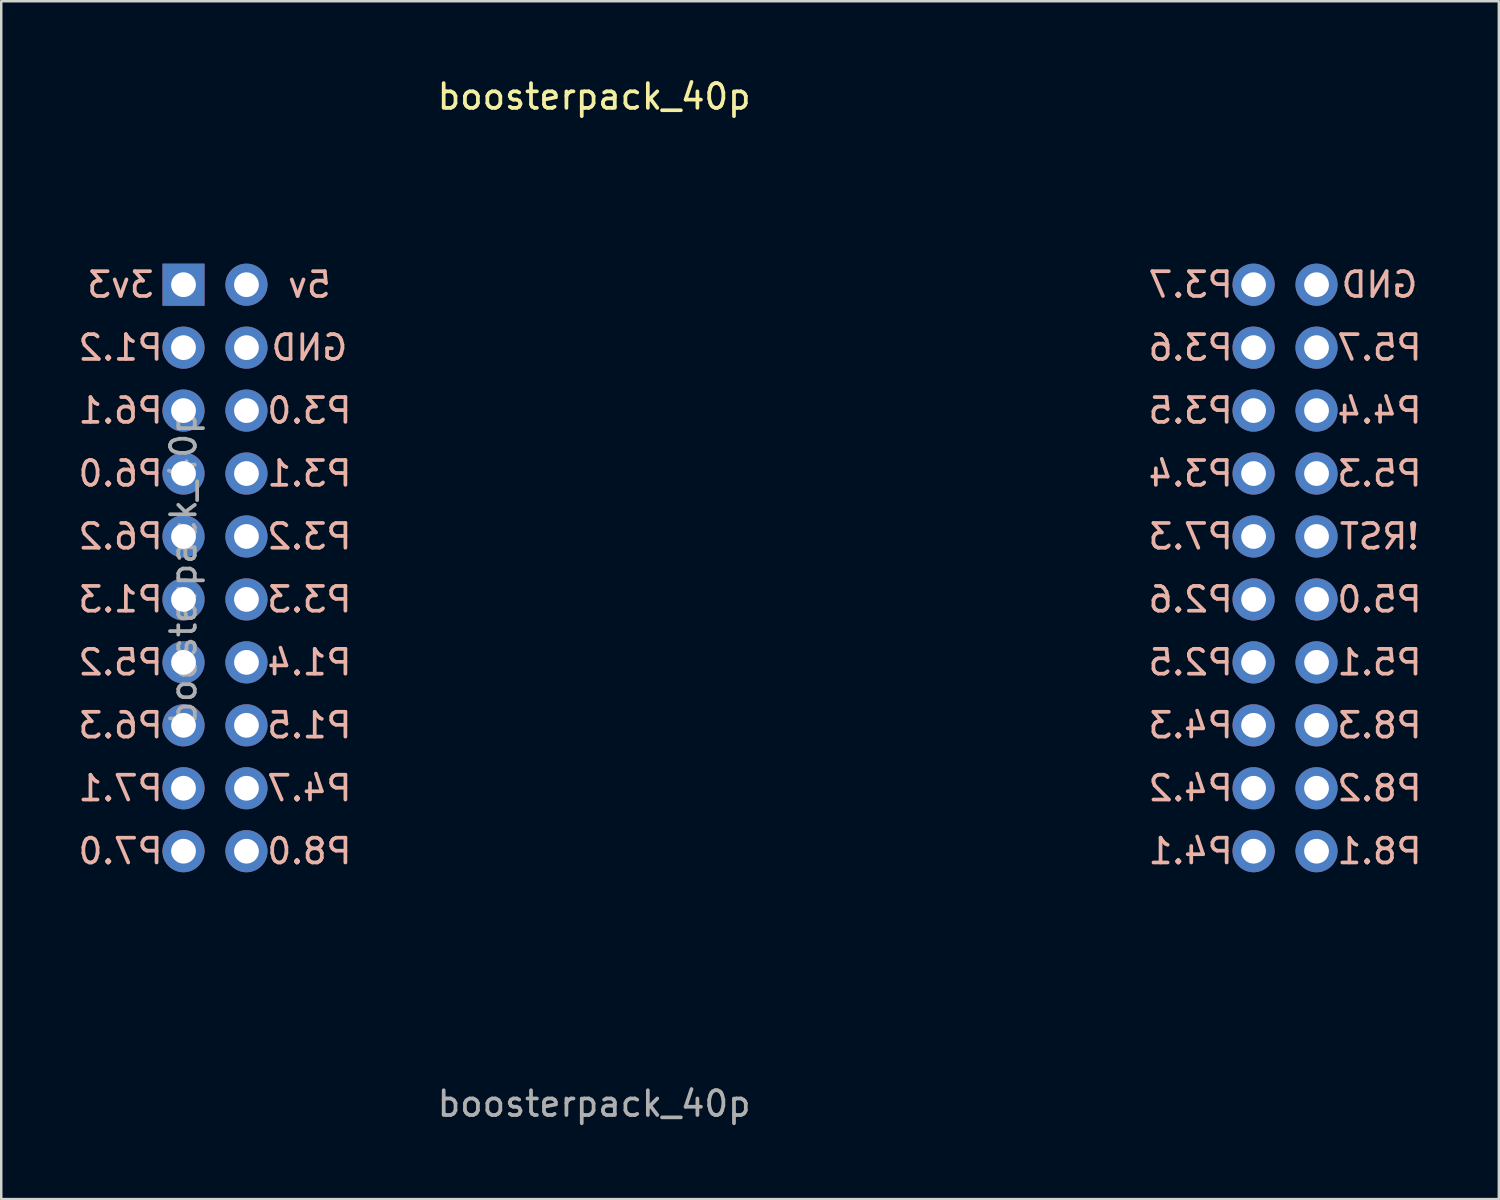
<source format=kicad_pcb>
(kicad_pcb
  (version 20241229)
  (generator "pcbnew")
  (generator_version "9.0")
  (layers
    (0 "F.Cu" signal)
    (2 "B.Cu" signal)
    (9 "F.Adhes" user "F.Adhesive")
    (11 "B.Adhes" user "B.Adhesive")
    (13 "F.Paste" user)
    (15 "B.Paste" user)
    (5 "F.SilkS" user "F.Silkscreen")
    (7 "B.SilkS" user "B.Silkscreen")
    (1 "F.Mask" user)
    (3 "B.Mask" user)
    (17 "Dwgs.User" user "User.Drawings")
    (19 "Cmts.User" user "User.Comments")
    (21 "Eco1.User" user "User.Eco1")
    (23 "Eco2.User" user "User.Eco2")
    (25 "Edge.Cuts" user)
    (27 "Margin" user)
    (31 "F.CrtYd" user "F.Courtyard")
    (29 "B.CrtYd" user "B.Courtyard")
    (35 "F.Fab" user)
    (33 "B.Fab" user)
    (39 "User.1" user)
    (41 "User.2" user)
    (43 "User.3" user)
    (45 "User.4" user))
  (footprint "boosterpack_40p"
    (layer "F.Cu")
    (at 27.215 21.138)
    (property "Reference" "boosterpack_40p" (at -6.29 -20.29 0) (unlocked yes) (layer "F.SilkS") (effects (font (size 1 1) (thickness 0.15))))
    (attr through_hole)
    (fp_text user "P4.7" (at -17.78 7.62 0) (unlocked yes) (layer "B.SilkS") (effects (font (size 1 1) (thickness 0.15)) (justify mirror)))
    (fp_text user "P3.6" (at 17.78 -10.16 0) (unlocked yes) (layer "B.SilkS") (effects (font (size 1 1) (thickness 0.15)) (justify mirror)))
    (fp_text user "P3.4" (at 17.78 -5.08 0) (unlocked yes) (layer "B.SilkS") (effects (font (size 1 1) (thickness 0.15)) (justify mirror)))
    (fp_text user "P4.4" (at 25.4 -7.62 0) (unlocked yes) (layer "B.SilkS") (effects (font (size 1 1) (thickness 0.15)) (justify mirror)))
    (fp_text user "P1.5" (at -17.78 5.08 0) (unlocked yes) (layer "B.SilkS") (effects (font (size 1 1) (thickness 0.15)) (justify mirror)))
    (fp_text user "P3.1" (at -17.78 -5.08 0) (unlocked yes) (layer "B.SilkS") (effects (font (size 1 1) (thickness 0.15)) (justify mirror)))
    (fp_text user "P6.2" (at -25.4 -2.54 0) (unlocked yes) (layer "B.SilkS") (effects (font (size 1 1) (thickness 0.15)) (justify mirror)))
    (fp_text user "P1.3" (at -25.4 0 0) (unlocked yes) (layer "B.SilkS") (effects (font (size 1 1) (thickness 0.15)) (justify mirror)))
    (fp_text user "P4.2" (at 17.78 7.62 0) (unlocked yes) (layer "B.SilkS") (effects (font (size 1 1) (thickness 0.15)) (justify mirror)))
    (fp_text user "P7.3" (at 17.78 -2.54 0) (unlocked yes) (layer "B.SilkS") (effects (font (size 1 1) (thickness 0.15)) (justify mirror)))
    (fp_text user "P4.1" (at 17.78 10.16 0) (unlocked yes) (layer "B.SilkS") (effects (font (size 1 1) (thickness 0.15)) (justify mirror)))
    (fp_text user "P8.2" (at 25.4 7.62 0) (unlocked yes) (layer "B.SilkS") (effects (font (size 1 1) (thickness 0.15)) (justify mirror)))
    (fp_text user "P3.3" (at -17.78 0 0) (unlocked yes) (layer "B.SilkS") (effects (font (size 1 1) (thickness 0.15)) (justify mirror)))
    (fp_text user "P4.3" (at 17.78 5.08 0) (unlocked yes) (layer "B.SilkS") (effects (font (size 1 1) (thickness 0.15)) (justify mirror)))
    (fp_text user "P5.3" (at 25.4 -5.08 0) (unlocked yes) (layer "B.SilkS") (effects (font (size 1 1) (thickness 0.15)) (justify mirror)))
    (fp_text user "P5.2" (at -25.4 2.54 0) (unlocked yes) (layer "B.SilkS") (effects (font (size 1 1) (thickness 0.15)) (justify mirror)))
    (fp_text user "P7.1" (at -25.4 7.62 0) (unlocked yes) (layer "B.SilkS") (effects (font (size 1 1) (thickness 0.15)) (justify mirror)))
    (fp_text user "P1.2" (at -25.4 -10.16 0) (unlocked yes) (layer "B.SilkS") (effects (font (size 1 1) (thickness 0.15)) (justify mirror)))
    (fp_text user "P6.3" (at -25.4 5.08 0) (unlocked yes) (layer "B.SilkS") (effects (font (size 1 1) (thickness 0.15)) (justify mirror)))
    (fp_text user "P3.5" (at 17.78 -7.62 0) (unlocked yes) (layer "B.SilkS") (effects (font (size 1 1) (thickness 0.15)) (justify mirror)))
    (fp_text user "P5.1" (at 25.4 2.54 0) (unlocked yes) (layer "B.SilkS") (effects (font (size 1 1) (thickness 0.15)) (justify mirror)))
    (fp_text user "P3.0" (at -17.78 -7.62 0) (unlocked yes) (layer "B.SilkS") (effects (font (size 1 1) (thickness 0.15)) (justify mirror)))
    (fp_text user "P3.7" (at 17.78 -12.7 0) (unlocked yes) (layer "B.SilkS") (effects (font (size 1 1) (thickness 0.15)) (justify mirror)))
    (fp_text user "P8.0" (at -17.78 10.16 0) (unlocked yes) (layer "B.SilkS") (effects (font (size 1 1) (thickness 0.15)) (justify mirror)))
    (fp_text user "P8.1" (at 25.4 10.16 0) (unlocked yes) (layer "B.SilkS") (effects (font (size 1 1) (thickness 0.15)) (justify mirror)))
    (fp_text user "P8.3" (at 25.4 5.08 0) (unlocked yes) (layer "B.SilkS") (effects (font (size 1 1) (thickness 0.15)) (justify mirror)))
    (fp_text user "5v" (at -17.78 -12.7 0) (unlocked yes) (layer "B.SilkS") (effects (font (size 1 1) (thickness 0.15)) (justify mirror)))
    (fp_text user "GND" (at -17.78 -10.16 0) (unlocked yes) (layer "B.SilkS") (effects (font (size 1 1) (thickness 0.15)) (justify mirror)))
    (fp_text user "P2.5" (at 17.78 2.54 0) (unlocked yes) (layer "B.SilkS") (effects (font (size 1 1) (thickness 0.15)) (justify mirror)))
    (fp_text user "P6.1" (at -25.4 -7.62 0) (unlocked yes) (layer "B.SilkS") (effects (font (size 1 1) (thickness 0.15)) (justify mirror)))
    (fp_text user "P6.0" (at -25.4 -5.08 0) (unlocked yes) (layer "B.SilkS") (effects (font (size 1 1) (thickness 0.15)) (justify mirror)))
    (fp_text user "P2.6" (at 17.78 0 0) (unlocked yes) (layer "B.SilkS") (effects (font (size 1 1) (thickness 0.15)) (justify mirror)))
    (fp_text user "P1.4" (at -17.78 2.54 0) (unlocked yes) (layer "B.SilkS") (effects (font (size 1 1) (thickness 0.15)) (justify mirror)))
    (fp_text user "P5.0" (at 25.4 0 0) (unlocked yes) (layer "B.SilkS") (effects (font (size 1 1) (thickness 0.15)) (justify mirror)))
    (fp_text user "3v3" (at -25.4 -12.7 0) (unlocked yes) (layer "B.SilkS") (effects (font (size 1 1) (thickness 0.15)) (justify mirror)))
    (fp_text user "!RST" (at 25.4 -2.54 0) (unlocked yes) (layer "B.SilkS") (effects (font (size 1 1) (thickness 0.15)) (justify mirror)))
    (fp_text user "P7.0" (at -25.4 10.16 0) (unlocked yes) (layer "B.SilkS") (effects (font (size 1 1) (thickness 0.15)) (justify mirror)))
    (fp_text user "GND" (at 25.4 -12.7 0) (unlocked yes) (layer "B.SilkS") (effects (font (size 1 1) (thickness 0.15)) (justify mirror)))
    (fp_text user "P3.2" (at -17.78 -2.54 0) (unlocked yes) (layer "B.SilkS") (effects (font (size 1 1) (thickness 0.15)) (justify mirror)))
    (fp_text user "P5.7" (at 25.4 -10.16 0) (unlocked yes) (layer "B.SilkS") (effects (font (size 1 1) (thickness 0.15)) (justify mirror)))
    (fp_text user "${REFERENCE}" (at -22.86 -1.27 90) (layer "F.Fab") (effects (font (size 1 1) (thickness 0.15))))
    (fp_text user "${REFERENCE}" (at -6.29 20.35 0) (unlocked yes) (layer "F.Fab") (effects (font (size 1 1) (thickness 0.15))))
    (pad "1" thru_hole rect (at -22.86 -12.7) (size 1.7 1.7) (drill 1) (layers "*.Cu" "*.Mask"))
    (pad "2" thru_hole oval (at -22.86 -10.16) (size 1.7 1.7) (drill 1) (layers "*.Cu" "*.Mask"))
    (pad "3" thru_hole oval (at -22.86 -7.62) (size 1.7 1.7) (drill 1) (layers "*.Cu" "*.Mask"))
    (pad "4" thru_hole oval (at -22.86 -5.08) (size 1.7 1.7) (drill 1) (layers "*.Cu" "*.Mask"))
    (pad "5" thru_hole oval (at -22.86 -2.54) (size 1.7 1.7) (drill 1) (layers "*.Cu" "*.Mask"))
    (pad "6" thru_hole oval (at -22.86 0) (size 1.7 1.7) (drill 1) (layers "*.Cu" "*.Mask"))
    (pad "7" thru_hole oval (at -22.86 2.54) (size 1.7 1.7) (drill 1) (layers "*.Cu" "*.Mask"))
    (pad "8" thru_hole oval (at -22.86 5.08) (size 1.7 1.7) (drill 1) (layers "*.Cu" "*.Mask"))
    (pad "9" thru_hole oval (at -22.86 7.62) (size 1.7 1.7) (drill 1) (layers "*.Cu" "*.Mask"))
    (pad "10" thru_hole oval (at -22.86 10.16) (size 1.7 1.7) (drill 1) (layers "*.Cu" "*.Mask"))
    (pad "11" thru_hole oval (at 22.86 10.16) (size 1.7 1.7) (drill 1) (layers "*.Cu" "*.Mask"))
    (pad "12" thru_hole oval (at 22.86 7.62) (size 1.7 1.7) (drill 1) (layers "*.Cu" "*.Mask"))
    (pad "13" thru_hole oval (at 22.86 5.08) (size 1.7 1.7) (drill 1) (layers "*.Cu" "*.Mask"))
    (pad "14" thru_hole oval (at 22.86 2.54) (size 1.7 1.7) (drill 1) (layers "*.Cu" "*.Mask"))
    (pad "15" thru_hole oval (at 22.86 0) (size 1.7 1.7) (drill 1) (layers "*.Cu" "*.Mask"))
    (pad "16" thru_hole oval (at 22.86 -2.54) (size 1.7 1.7) (drill 1) (layers "*.Cu" "*.Mask"))
    (pad "17" thru_hole oval (at 22.86 -5.08) (size 1.7 1.7) (drill 1) (layers "*.Cu" "*.Mask"))
    (pad "18" thru_hole oval (at 22.86 -7.62) (size 1.7 1.7) (drill 1) (layers "*.Cu" "*.Mask"))
    (pad "19" thru_hole oval (at 22.86 -10.16) (size 1.7 1.7) (drill 1) (layers "*.Cu" "*.Mask"))
    (pad "20" thru_hole oval (at 22.86 -12.7) (size 1.7 1.7) (drill 1) (layers "*.Cu" "*.Mask"))
    (pad "21" thru_hole oval (at -20.32 -12.7) (size 1.7 1.7) (drill 1) (layers "*.Cu" "*.Mask"))
    (pad "22" thru_hole oval (at -20.32 -10.16) (size 1.7 1.7) (drill 1) (layers "*.Cu" "*.Mask"))
    (pad "23" thru_hole oval (at -20.32 -7.62) (size 1.7 1.7) (drill 1) (layers "*.Cu" "*.Mask"))
    (pad "24" thru_hole oval (at -20.32 -5.08) (size 1.7 1.7) (drill 1) (layers "*.Cu" "*.Mask"))
    (pad "25" thru_hole oval (at -20.32 -2.54) (size 1.7 1.7) (drill 1) (layers "*.Cu" "*.Mask"))
    (pad "26" thru_hole oval (at -20.32 0) (size 1.7 1.7) (drill 1) (layers "*.Cu" "*.Mask"))
    (pad "27" thru_hole oval (at -20.32 2.54) (size 1.7 1.7) (drill 1) (layers "*.Cu" "*.Mask"))
    (pad "28" thru_hole oval (at -20.32 5.08) (size 1.7 1.7) (drill 1) (layers "*.Cu" "*.Mask"))
    (pad "29" thru_hole oval (at -20.32 7.62) (size 1.7 1.7) (drill 1) (layers "*.Cu" "*.Mask"))
    (pad "30" thru_hole oval (at -20.32 10.16) (size 1.7 1.7) (drill 1) (layers "*.Cu" "*.Mask"))
    (pad "31" thru_hole oval (at 20.32 10.16) (size 1.7 1.7) (drill 1) (layers "*.Cu" "*.Mask"))
    (pad "32" thru_hole oval (at 20.32 7.62) (size 1.7 1.7) (drill 1) (layers "*.Cu" "*.Mask"))
    (pad "33" thru_hole oval (at 20.32 5.08) (size 1.7 1.7) (drill 1) (layers "*.Cu" "*.Mask"))
    (pad "34" thru_hole oval (at 20.32 2.54) (size 1.7 1.7) (drill 1) (layers "*.Cu" "*.Mask"))
    (pad "35" thru_hole oval (at 20.32 0) (size 1.7 1.7) (drill 1) (layers "*.Cu" "*.Mask"))
    (pad "36" thru_hole oval (at 20.32 -2.54) (size 1.7 1.7) (drill 1) (layers "*.Cu" "*.Mask"))
    (pad "37" thru_hole oval (at 20.32 -5.08) (size 1.7 1.7) (drill 1) (layers "*.Cu" "*.Mask"))
    (pad "38" thru_hole oval (at 20.32 -7.62) (size 1.7 1.7) (drill 1) (layers "*.Cu" "*.Mask"))
    (pad "39" thru_hole oval (at 20.32 -10.16) (size 1.7 1.7) (drill 1) (layers "*.Cu" "*.Mask"))
    (pad "40" thru_hole oval (at 20.32 -12.7) (size 1.7 1.7) (drill 1) (layers "*.Cu" "*.Mask")))
  (gr_rect
    (start -3 -3)
    (end 57.431 45.337)
    (stroke (width 0.1) (type default))
    (fill no)
    (layer "Edge.Cuts")))
</source>
